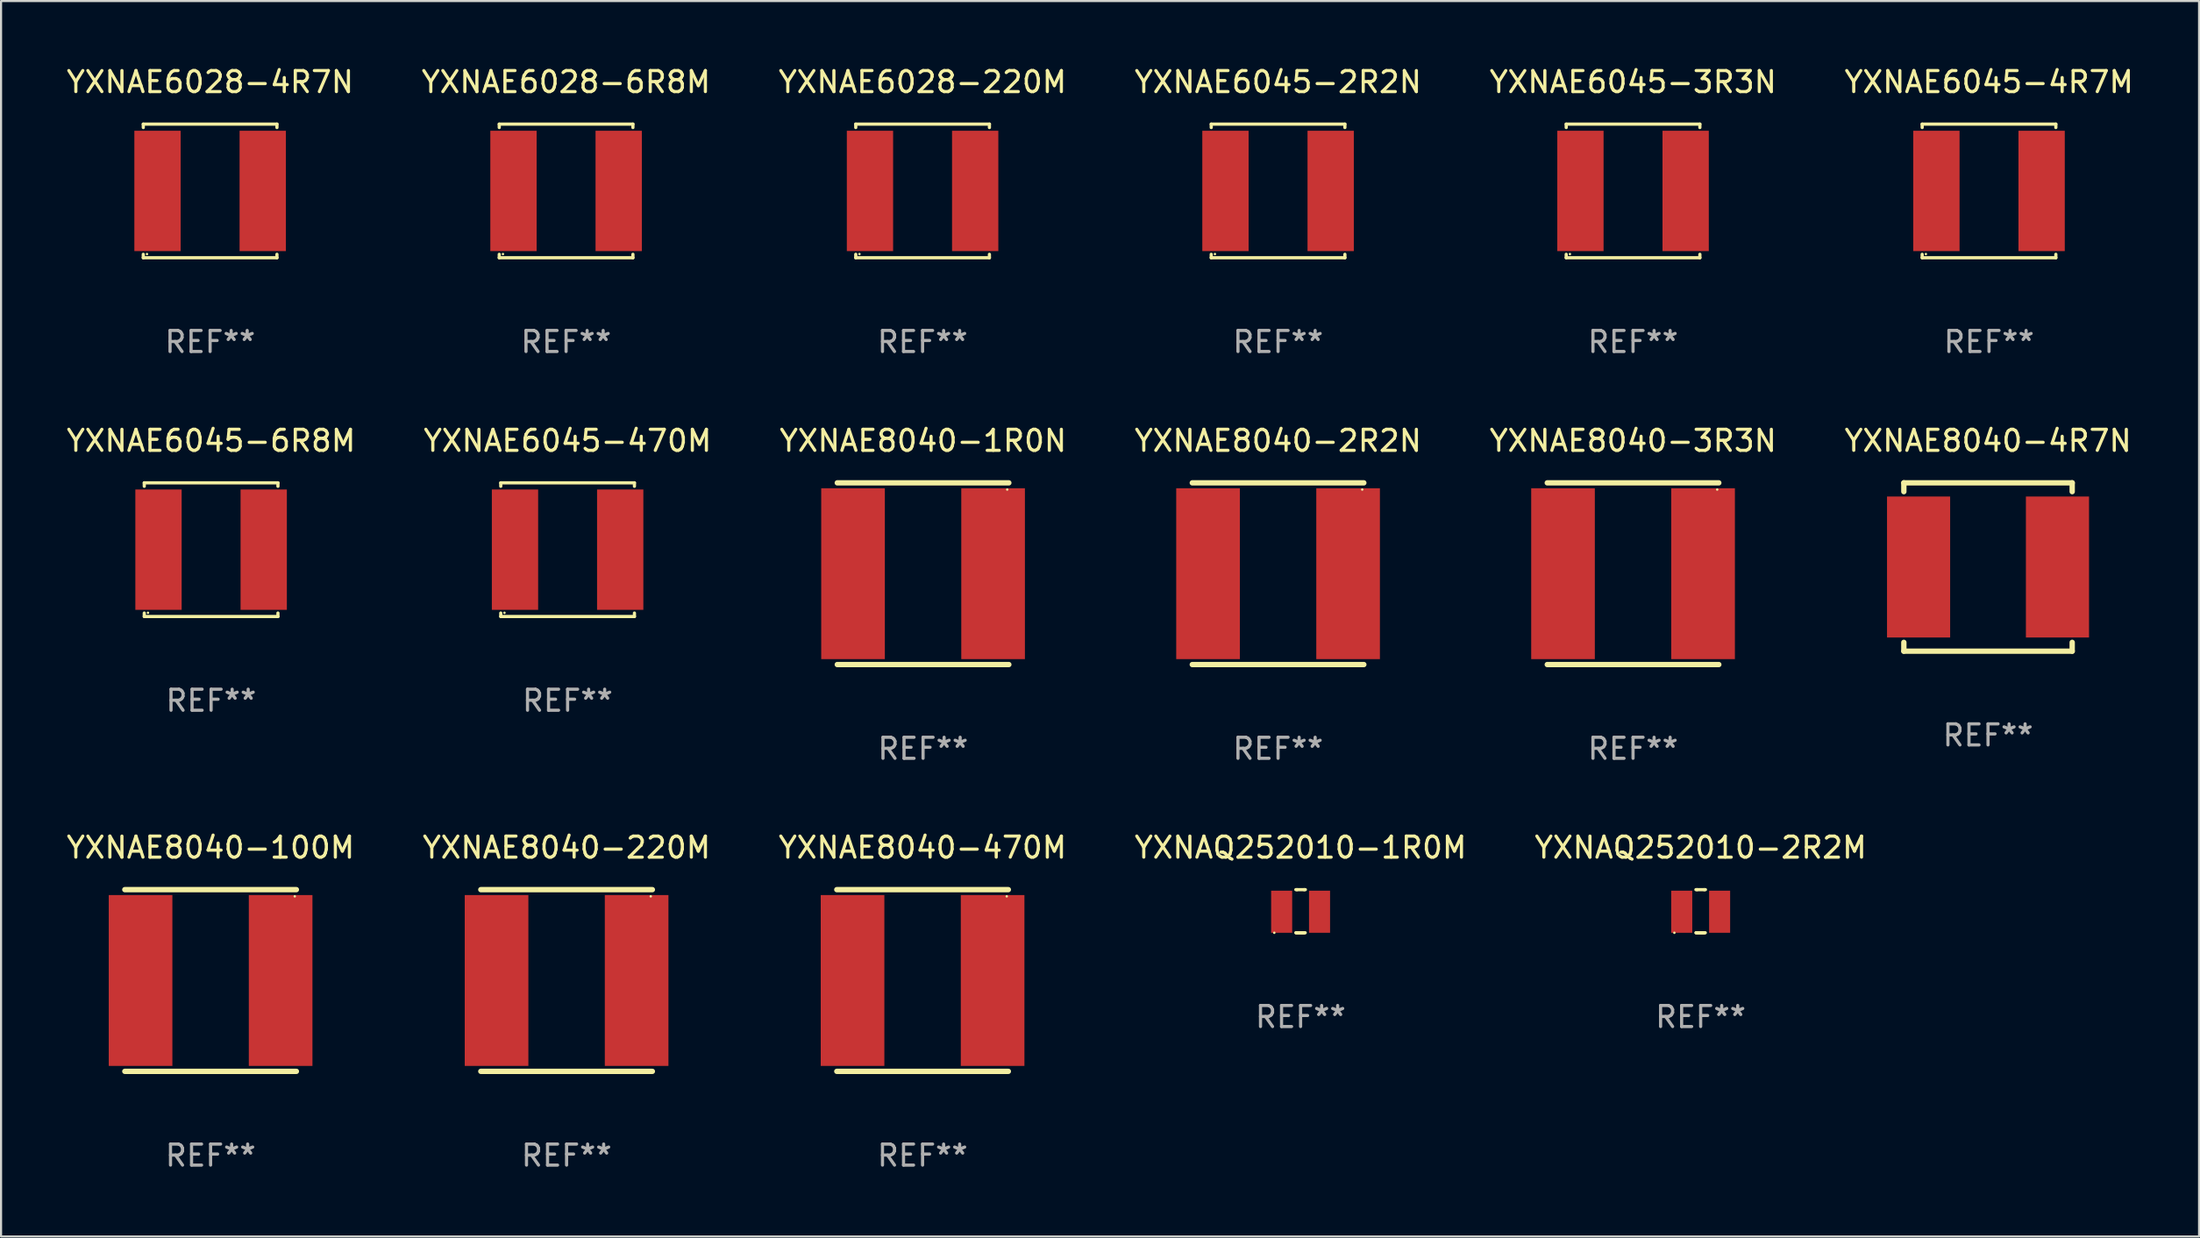
<source format=kicad_pcb>
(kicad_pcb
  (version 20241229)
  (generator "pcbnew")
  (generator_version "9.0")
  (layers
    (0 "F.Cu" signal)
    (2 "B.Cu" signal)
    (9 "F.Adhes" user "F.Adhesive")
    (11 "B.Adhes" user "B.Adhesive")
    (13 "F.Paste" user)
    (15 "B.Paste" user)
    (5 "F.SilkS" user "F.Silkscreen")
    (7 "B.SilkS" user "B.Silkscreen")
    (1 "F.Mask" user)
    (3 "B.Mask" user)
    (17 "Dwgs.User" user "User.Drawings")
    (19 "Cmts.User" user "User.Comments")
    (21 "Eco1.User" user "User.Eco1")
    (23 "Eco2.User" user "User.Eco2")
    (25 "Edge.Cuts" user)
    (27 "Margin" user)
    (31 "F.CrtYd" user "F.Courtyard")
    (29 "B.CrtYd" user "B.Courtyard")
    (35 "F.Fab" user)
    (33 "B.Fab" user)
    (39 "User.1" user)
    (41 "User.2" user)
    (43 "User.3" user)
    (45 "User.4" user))
  (footprint "YXNAE8040-2R2N"
    (layer "F.Cu")
    (at 57.685 24.215)
    (property "Reference" "YXNAE8040-2R2N" (at 0 -6.318 0) (layer "F.SilkS") (effects (font (size 1 1) (thickness 0.15))))
    (attr through_hole)
    (fp_line (start -4.076 -4.318) (end 4.076 -4.318) (stroke (width 0.254) (type solid)) (layer "F.SilkS"))
    (fp_line (start -4.076 4.318) (end 4.076 4.318) (stroke (width 0.254) (type solid)) (layer "F.SilkS"))
    (fp_circle (center 4 -4) (end 4.03 -4) (stroke (width 0.06) (type solid)) (fill no) (layer "F.SilkS"))
    (fp_text user "REF**" (at 0 8.318 0) (layer "F.Fab") (effects (font (size 1 1) (thickness 0.15))))
    (pad "1" smd rect (at 3.328 0) (size 3.024 8.12) (layers "F.Cu" "F.Mask" "F.Paste"))
    (pad "2" smd rect (at -3.328 0) (size 3.024 8.12) (layers "F.Cu" "F.Mask" "F.Paste")))
  (footprint "YXNAE8040-220M"
    (layer "F.Cu")
    (at 23.875 43.548)
    (property "Reference" "YXNAE8040-220M" (at 0 -6.318 0) (layer "F.SilkS") (effects (font (size 1 1) (thickness 0.15))))
    (attr through_hole)
    (fp_line (start -4.076 -4.318) (end 4.076 -4.318) (stroke (width 0.254) (type solid)) (layer "F.SilkS"))
    (fp_line (start -4.076 4.318) (end 4.076 4.318) (stroke (width 0.254) (type solid)) (layer "F.SilkS"))
    (fp_circle (center 4 -4) (end 4.03 -4) (stroke (width 0.06) (type solid)) (fill no) (layer "F.SilkS"))
    (fp_text user "REF**" (at 0 8.318 0) (layer "F.Fab") (effects (font (size 1 1) (thickness 0.15))))
    (pad "1" smd rect (at 3.328 0) (size 3.024 8.12) (layers "F.Cu" "F.Mask" "F.Paste"))
    (pad "2" smd rect (at -3.328 0) (size 3.024 8.12) (layers "F.Cu" "F.Mask" "F.Paste")))
  (footprint "YXNAE6028-6R8M"
    (layer "F.Cu")
    (at 23.851 6.024)
    (property "Reference" "YXNAE6028-6R8M" (at 0 -5.176 0) (layer "F.SilkS") (effects (font (size 1 1) (thickness 0.15))))
    (attr through_hole)
    (fp_line (start -3.176 -3.176) (end 3.176 -3.176) (stroke (width 0.152) (type solid)) (layer "F.SilkS"))
    (fp_line (start -3.176 -3.012) (end -3.176 -3.176) (stroke (width 0.152) (type solid)) (layer "F.SilkS"))
    (fp_line (start -3.176 3.012) (end -3.176 3.176) (stroke (width 0.152) (type solid)) (layer "F.SilkS"))
    (fp_line (start -3.176 3.176) (end 3.176 3.176) (stroke (width 0.152) (type solid)) (layer "F.SilkS"))
    (fp_line (start 3.176 -3.176) (end 3.176 -3.012) (stroke (width 0.152) (type solid)) (layer "F.SilkS"))
    (fp_line (start 3.176 3.176) (end 3.176 3.012) (stroke (width 0.152) (type solid)) (layer "F.SilkS"))
    (fp_circle (center -3 3) (end -2.97 3) (stroke (width 0.06) (type solid)) (fill no) (layer "F.SilkS"))
    (fp_text user "REF**" (at 0 7.176 0) (layer "F.Fab") (effects (font (size 1 1) (thickness 0.15))))
    (pad "1" smd rect (at -2.5 0) (size 2.2 5.72) (layers "F.Cu" "F.Mask" "F.Paste"))
    (pad "2" smd rect (at 2.5 0) (size 2.2 5.72) (layers "F.Cu" "F.Mask" "F.Paste")))
  (footprint "YXNAE8040-100M"
    (layer "F.Cu")
    (at 6.958 43.548)
    (property "Reference" "YXNAE8040-100M" (at 0 -6.318 0) (layer "F.SilkS") (effects (font (size 1 1) (thickness 0.15))))
    (attr through_hole)
    (fp_line (start -4.076 -4.318) (end 4.076 -4.318) (stroke (width 0.254) (type solid)) (layer "F.SilkS"))
    (fp_line (start -4.076 4.318) (end 4.076 4.318) (stroke (width 0.254) (type solid)) (layer "F.SilkS"))
    (fp_circle (center 4 -4) (end 4.03 -4) (stroke (width 0.06) (type solid)) (fill no) (layer "F.SilkS"))
    (fp_text user "REF**" (at 0 8.318 0) (layer "F.Fab") (effects (font (size 1 1) (thickness 0.15))))
    (pad "1" smd rect (at 3.328 0) (size 3.024 8.12) (layers "F.Cu" "F.Mask" "F.Paste"))
    (pad "2" smd rect (at -3.328 0) (size 3.024 8.12) (layers "F.Cu" "F.Mask" "F.Paste")))
  (footprint "YXNAE6045-3R3N"
    (layer "F.Cu")
    (at 74.554 6.024)
    (property "Reference" "YXNAE6045-3R3N" (at 0 -5.176 0) (layer "F.SilkS") (effects (font (size 1 1) (thickness 0.15))))
    (attr through_hole)
    (fp_line (start -3.176 -3.176) (end 3.176 -3.176) (stroke (width 0.152) (type solid)) (layer "F.SilkS"))
    (fp_line (start -3.176 -3.012) (end -3.176 -3.176) (stroke (width 0.152) (type solid)) (layer "F.SilkS"))
    (fp_line (start -3.176 3.012) (end -3.176 3.176) (stroke (width 0.152) (type solid)) (layer "F.SilkS"))
    (fp_line (start -3.176 3.176) (end 3.176 3.176) (stroke (width 0.152) (type solid)) (layer "F.SilkS"))
    (fp_line (start 3.176 -3.176) (end 3.176 -3.012) (stroke (width 0.152) (type solid)) (layer "F.SilkS"))
    (fp_line (start 3.176 3.176) (end 3.176 3.012) (stroke (width 0.152) (type solid)) (layer "F.SilkS"))
    (fp_circle (center -3 3) (end -2.97 3) (stroke (width 0.06) (type solid)) (fill no) (layer "F.SilkS"))
    (fp_text user "REF**" (at 0 7.176 0) (layer "F.Fab") (effects (font (size 1 1) (thickness 0.15))))
    (pad "1" smd rect (at -2.5 0) (size 2.2 5.72) (layers "F.Cu" "F.Mask" "F.Paste"))
    (pad "2" smd rect (at 2.5 0) (size 2.2 5.72) (layers "F.Cu" "F.Mask" "F.Paste")))
  (footprint "YXNAE8040-3R3N"
    (layer "F.Cu")
    (at 74.554 24.215)
    (property "Reference" "YXNAE8040-3R3N" (at 0 -6.318 0) (layer "F.SilkS") (effects (font (size 1 1) (thickness 0.15))))
    (attr through_hole)
    (fp_line (start -4.076 -4.318) (end 4.076 -4.318) (stroke (width 0.254) (type solid)) (layer "F.SilkS"))
    (fp_line (start -4.076 4.318) (end 4.076 4.318) (stroke (width 0.254) (type solid)) (layer "F.SilkS"))
    (fp_circle (center 4 -4) (end 4.03 -4) (stroke (width 0.06) (type solid)) (fill no) (layer "F.SilkS"))
    (fp_text user "REF**" (at 0 8.318 0) (layer "F.Fab") (effects (font (size 1 1) (thickness 0.15))))
    (pad "1" smd rect (at 3.328 0) (size 3.024 8.12) (layers "F.Cu" "F.Mask" "F.Paste"))
    (pad "2" smd rect (at -3.328 0) (size 3.024 8.12) (layers "F.Cu" "F.Mask" "F.Paste")))
  (footprint "YXNAE8040-1R0N"
    (layer "F.Cu")
    (at 40.815 24.215)
    (property "Reference" "YXNAE8040-1R0N" (at 0 -6.318 0) (layer "F.SilkS") (effects (font (size 1 1) (thickness 0.15))))
    (attr through_hole)
    (fp_line (start -4.076 -4.318) (end 4.076 -4.318) (stroke (width 0.254) (type solid)) (layer "F.SilkS"))
    (fp_line (start -4.076 4.318) (end 4.076 4.318) (stroke (width 0.254) (type solid)) (layer "F.SilkS"))
    (fp_circle (center 4 -4) (end 4.03 -4) (stroke (width 0.06) (type solid)) (fill no) (layer "F.SilkS"))
    (fp_text user "REF**" (at 0 8.318 0) (layer "F.Fab") (effects (font (size 1 1) (thickness 0.15))))
    (pad "1" smd rect (at 3.328 0) (size 3.024 8.12) (layers "F.Cu" "F.Mask" "F.Paste"))
    (pad "2" smd rect (at -3.328 0) (size 3.024 8.12) (layers "F.Cu" "F.Mask" "F.Paste")))
  (footprint "YXNAE6028-4R7N"
    (layer "F.Cu")
    (at 6.935 6.024)
    (property "Reference" "YXNAE6028-4R7N" (at 0 -5.176 0) (layer "F.SilkS") (effects (font (size 1 1) (thickness 0.15))))
    (attr through_hole)
    (fp_line (start -3.176 -3.176) (end 3.176 -3.176) (stroke (width 0.152) (type solid)) (layer "F.SilkS"))
    (fp_line (start -3.176 -3.012) (end -3.176 -3.176) (stroke (width 0.152) (type solid)) (layer "F.SilkS"))
    (fp_line (start -3.176 3.012) (end -3.176 3.176) (stroke (width 0.152) (type solid)) (layer "F.SilkS"))
    (fp_line (start -3.176 3.176) (end 3.176 3.176) (stroke (width 0.152) (type solid)) (layer "F.SilkS"))
    (fp_line (start 3.176 -3.176) (end 3.176 -3.012) (stroke (width 0.152) (type solid)) (layer "F.SilkS"))
    (fp_line (start 3.176 3.176) (end 3.176 3.012) (stroke (width 0.152) (type solid)) (layer "F.SilkS"))
    (fp_circle (center -3 3) (end -2.97 3) (stroke (width 0.06) (type solid)) (fill no) (layer "F.SilkS"))
    (fp_text user "REF**" (at 0 7.176 0) (layer "F.Fab") (effects (font (size 1 1) (thickness 0.15))))
    (pad "1" smd rect (at -2.5 0) (size 2.2 5.72) (layers "F.Cu" "F.Mask" "F.Paste"))
    (pad "2" smd rect (at 2.5 0) (size 2.2 5.72) (layers "F.Cu" "F.Mask" "F.Paste")))
  (footprint "YXNAE8040-4R7N"
    (layer "F.Cu")
    (at 91.423 23.897)
    (property "Reference" "YXNAE8040-4R7N" (at 0 -6 0) (layer "F.SilkS") (effects (font (size 1 1) (thickness 0.15))))
    (attr through_hole)
    (fp_line (start -4 -4) (end 4 -4) (stroke (width 0.254) (type solid)) (layer "F.SilkS"))
    (fp_line (start -4 -3.581) (end -4 -4) (stroke (width 0.254) (type solid)) (layer "F.SilkS"))
    (fp_line (start -4 4) (end -4 3.581) (stroke (width 0.254) (type solid)) (layer "F.SilkS"))
    (fp_line (start 4 -4) (end 4 -3.581) (stroke (width 0.254) (type solid)) (layer "F.SilkS"))
    (fp_line (start 4 3.581) (end 4 4) (stroke (width 0.254) (type solid)) (layer "F.SilkS"))
    (fp_line (start 4 4) (end -4 4) (stroke (width 0.254) (type solid)) (layer "F.SilkS"))
    (fp_circle (center -4 4) (end -3.97 4) (stroke (width 0.06) (type solid)) (fill no) (layer "F.SilkS"))
    (fp_text user "REF**" (at 0 8 0) (layer "F.Fab") (effects (font (size 1 1) (thickness 0.15))))
    (pad "1" smd rect (at -3.3 0) (size 3 6.7) (layers "F.Cu" "F.Mask" "F.Paste"))
    (pad "2" smd rect (at 3.3 0) (size 3 6.7) (layers "F.Cu" "F.Mask" "F.Paste")))
  (footprint "YXNAE6045-6R8M"
    (layer "F.Cu")
    (at 6.982 23.073)
    (property "Reference" "YXNAE6045-6R8M" (at 0 -5.176 0) (layer "F.SilkS") (effects (font (size 1 1) (thickness 0.15))))
    (attr through_hole)
    (fp_line (start -3.176 -3.176) (end 3.176 -3.176) (stroke (width 0.152) (type solid)) (layer "F.SilkS"))
    (fp_line (start -3.176 -3.012) (end -3.176 -3.176) (stroke (width 0.152) (type solid)) (layer "F.SilkS"))
    (fp_line (start -3.176 3.012) (end -3.176 3.176) (stroke (width 0.152) (type solid)) (layer "F.SilkS"))
    (fp_line (start -3.176 3.176) (end 3.176 3.176) (stroke (width 0.152) (type solid)) (layer "F.SilkS"))
    (fp_line (start 3.176 -3.176) (end 3.176 -3.012) (stroke (width 0.152) (type solid)) (layer "F.SilkS"))
    (fp_line (start 3.176 3.176) (end 3.176 3.012) (stroke (width 0.152) (type solid)) (layer "F.SilkS"))
    (fp_circle (center -3 3) (end -2.97 3) (stroke (width 0.06) (type solid)) (fill no) (layer "F.SilkS"))
    (fp_text user "REF**" (at 0 7.176 0) (layer "F.Fab") (effects (font (size 1 1) (thickness 0.15))))
    (pad "1" smd rect (at -2.5 0) (size 2.2 5.72) (layers "F.Cu" "F.Mask" "F.Paste"))
    (pad "2" smd rect (at 2.5 0) (size 2.2 5.72) (layers "F.Cu" "F.Mask" "F.Paste")))
  (footprint "YXNAQ252010-1R0M"
    (layer "F.Cu")
    (at 58.756 40.255)
    (property "Reference" "YXNAQ252010-1R0M" (at 0 -3.025 0) (layer "F.SilkS") (effects (font (size 1 1) (thickness 0.15))))
    (attr through_hole)
    (fp_line (start -0.22 1.025) (end 0.22 1.025) (stroke (width 0.152) (type solid)) (layer "F.SilkS"))
    (fp_line (start -0.174 -1.025) (end -0.227 -1.025) (stroke (width 0.152) (type solid)) (layer "F.SilkS"))
    (fp_line (start -0.174 -1.025) (end 0.174 -1.025) (stroke (width 0.152) (type solid)) (layer "F.SilkS"))
    (fp_line (start -0.169 1.025) (end 0.169 1.025) (stroke (width 0.152) (type solid)) (layer "F.SilkS"))
    (fp_line (start 0.169 1.025) (end -0.22 1.025) (stroke (width 0.152) (type solid)) (layer "F.SilkS"))
    (fp_line (start 0.174 -1.025) (end 0.227 -1.025) (stroke (width 0.152) (type solid)) (layer "F.SilkS"))
    (fp_circle (center -1.25 1.025) (end -1.22 1.025) (stroke (width 0.06) (type solid)) (fill no) (layer "F.SilkS"))
    (fp_text user "REF**" (at 0 5.025 0) (layer "F.Fab") (effects (font (size 1 1) (thickness 0.15))))
    (pad "1" smd rect (at -0.9 0.025 180) (size 1 2) (layers "F.Cu" "F.Mask" "F.Paste"))
    (pad "2" smd rect (at 0.9 0.025 180) (size 1 2) (layers "F.Cu" "F.Mask" "F.Paste")))
  (footprint "YXNAE8040-470M"
    (layer "F.Cu")
    (at 40.792 43.548)
    (property "Reference" "YXNAE8040-470M" (at 0 -6.318 0) (layer "F.SilkS") (effects (font (size 1 1) (thickness 0.15))))
    (attr through_hole)
    (fp_line (start -4.076 -4.318) (end 4.076 -4.318) (stroke (width 0.254) (type solid)) (layer "F.SilkS"))
    (fp_line (start -4.076 4.318) (end 4.076 4.318) (stroke (width 0.254) (type solid)) (layer "F.SilkS"))
    (fp_circle (center 4 -4) (end 4.03 -4) (stroke (width 0.06) (type solid)) (fill no) (layer "F.SilkS"))
    (fp_text user "REF**" (at 0 8.318 0) (layer "F.Fab") (effects (font (size 1 1) (thickness 0.15))))
    (pad "1" smd rect (at 3.328 0) (size 3.024 8.12) (layers "F.Cu" "F.Mask" "F.Paste"))
    (pad "2" smd rect (at -3.328 0) (size 3.024 8.12) (layers "F.Cu" "F.Mask" "F.Paste")))
  (footprint "YXNAE6028-220M"
    (layer "F.Cu")
    (at 40.792 6.024)
    (property "Reference" "YXNAE6028-220M" (at 0 -5.176 0) (layer "F.SilkS") (effects (font (size 1 1) (thickness 0.15))))
    (attr through_hole)
    (fp_line (start -3.176 -3.176) (end 3.176 -3.176) (stroke (width 0.152) (type solid)) (layer "F.SilkS"))
    (fp_line (start -3.176 -3.012) (end -3.176 -3.176) (stroke (width 0.152) (type solid)) (layer "F.SilkS"))
    (fp_line (start -3.176 3.012) (end -3.176 3.176) (stroke (width 0.152) (type solid)) (layer "F.SilkS"))
    (fp_line (start -3.176 3.176) (end 3.176 3.176) (stroke (width 0.152) (type solid)) (layer "F.SilkS"))
    (fp_line (start 3.176 -3.176) (end 3.176 -3.012) (stroke (width 0.152) (type solid)) (layer "F.SilkS"))
    (fp_line (start 3.176 3.176) (end 3.176 3.012) (stroke (width 0.152) (type solid)) (layer "F.SilkS"))
    (fp_circle (center -3 3) (end -2.97 3) (stroke (width 0.06) (type solid)) (fill no) (layer "F.SilkS"))
    (fp_text user "REF**" (at 0 7.176 0) (layer "F.Fab") (effects (font (size 1 1) (thickness 0.15))))
    (pad "1" smd rect (at -2.5 0) (size 2.2 5.72) (layers "F.Cu" "F.Mask" "F.Paste"))
    (pad "2" smd rect (at 2.5 0) (size 2.2 5.72) (layers "F.Cu" "F.Mask" "F.Paste")))
  (footprint "YXNAE6045-2R2N"
    (layer "F.Cu")
    (at 57.685 6.024)
    (property "Reference" "YXNAE6045-2R2N" (at 0 -5.176 0) (layer "F.SilkS") (effects (font (size 1 1) (thickness 0.15))))
    (attr through_hole)
    (fp_line (start -3.176 -3.176) (end 3.176 -3.176) (stroke (width 0.152) (type solid)) (layer "F.SilkS"))
    (fp_line (start -3.176 -3.012) (end -3.176 -3.176) (stroke (width 0.152) (type solid)) (layer "F.SilkS"))
    (fp_line (start -3.176 3.012) (end -3.176 3.176) (stroke (width 0.152) (type solid)) (layer "F.SilkS"))
    (fp_line (start -3.176 3.176) (end 3.176 3.176) (stroke (width 0.152) (type solid)) (layer "F.SilkS"))
    (fp_line (start 3.176 -3.176) (end 3.176 -3.012) (stroke (width 0.152) (type solid)) (layer "F.SilkS"))
    (fp_line (start 3.176 3.176) (end 3.176 3.012) (stroke (width 0.152) (type solid)) (layer "F.SilkS"))
    (fp_circle (center -3 3) (end -2.97 3) (stroke (width 0.06) (type solid)) (fill no) (layer "F.SilkS"))
    (fp_text user "REF**" (at 0 7.176 0) (layer "F.Fab") (effects (font (size 1 1) (thickness 0.15))))
    (pad "1" smd rect (at -2.5 0) (size 2.2 5.72) (layers "F.Cu" "F.Mask" "F.Paste"))
    (pad "2" smd rect (at 2.5 0) (size 2.2 5.72) (layers "F.Cu" "F.Mask" "F.Paste")))
  (footprint "YXNAE6045-470M"
    (layer "F.Cu")
    (at 23.923 23.073)
    (property "Reference" "YXNAE6045-470M" (at 0 -5.176 0) (layer "F.SilkS") (effects (font (size 1 1) (thickness 0.15))))
    (attr through_hole)
    (fp_line (start -3.176 -3.176) (end 3.176 -3.176) (stroke (width 0.152) (type solid)) (layer "F.SilkS"))
    (fp_line (start -3.176 -3.012) (end -3.176 -3.176) (stroke (width 0.152) (type solid)) (layer "F.SilkS"))
    (fp_line (start -3.176 3.012) (end -3.176 3.176) (stroke (width 0.152) (type solid)) (layer "F.SilkS"))
    (fp_line (start -3.176 3.176) (end 3.176 3.176) (stroke (width 0.152) (type solid)) (layer "F.SilkS"))
    (fp_line (start 3.176 -3.176) (end 3.176 -3.012) (stroke (width 0.152) (type solid)) (layer "F.SilkS"))
    (fp_line (start 3.176 3.176) (end 3.176 3.012) (stroke (width 0.152) (type solid)) (layer "F.SilkS"))
    (fp_circle (center -3 3) (end -2.97 3) (stroke (width 0.06) (type solid)) (fill no) (layer "F.SilkS"))
    (fp_text user "REF**" (at 0 7.176 0) (layer "F.Fab") (effects (font (size 1 1) (thickness 0.15))))
    (pad "1" smd rect (at -2.5 0) (size 2.2 5.72) (layers "F.Cu" "F.Mask" "F.Paste"))
    (pad "2" smd rect (at 2.5 0) (size 2.2 5.72) (layers "F.Cu" "F.Mask" "F.Paste")))
  (footprint "YXNAQ252010-2R2M"
    (layer "F.Cu")
    (at 77.768 40.255)
    (property "Reference" "YXNAQ252010-2R2M" (at 0 -3.025 0) (layer "F.SilkS") (effects (font (size 1 1) (thickness 0.15))))
    (attr through_hole)
    (fp_line (start -0.22 1.025) (end 0.22 1.025) (stroke (width 0.152) (type solid)) (layer "F.SilkS"))
    (fp_line (start -0.174 -1.025) (end -0.227 -1.025) (stroke (width 0.152) (type solid)) (layer "F.SilkS"))
    (fp_line (start -0.174 -1.025) (end 0.174 -1.025) (stroke (width 0.152) (type solid)) (layer "F.SilkS"))
    (fp_line (start -0.169 1.025) (end 0.169 1.025) (stroke (width 0.152) (type solid)) (layer "F.SilkS"))
    (fp_line (start 0.169 1.025) (end -0.22 1.025) (stroke (width 0.152) (type solid)) (layer "F.SilkS"))
    (fp_line (start 0.174 -1.025) (end 0.227 -1.025) (stroke (width 0.152) (type solid)) (layer "F.SilkS"))
    (fp_circle (center -1.25 1.025) (end -1.22 1.025) (stroke (width 0.06) (type solid)) (fill no) (layer "F.SilkS"))
    (fp_text user "REF**" (at 0 5.025 0) (layer "F.Fab") (effects (font (size 1 1) (thickness 0.15))))
    (pad "1" smd rect (at -0.9 0.025 180) (size 1 2) (layers "F.Cu" "F.Mask" "F.Paste"))
    (pad "2" smd rect (at 0.9 0.025 180) (size 1 2) (layers "F.Cu" "F.Mask" "F.Paste")))
  (footprint "YXNAE6045-4R7M"
    (layer "F.Cu")
    (at 91.47 6.024)
    (property "Reference" "YXNAE6045-4R7M" (at 0 -5.176 0) (layer "F.SilkS") (effects (font (size 1 1) (thickness 0.15))))
    (attr through_hole)
    (fp_line (start -3.176 -3.176) (end 3.176 -3.176) (stroke (width 0.152) (type solid)) (layer "F.SilkS"))
    (fp_line (start -3.176 -3.012) (end -3.176 -3.176) (stroke (width 0.152) (type solid)) (layer "F.SilkS"))
    (fp_line (start -3.176 3.012) (end -3.176 3.176) (stroke (width 0.152) (type solid)) (layer "F.SilkS"))
    (fp_line (start -3.176 3.176) (end 3.176 3.176) (stroke (width 0.152) (type solid)) (layer "F.SilkS"))
    (fp_line (start 3.176 -3.176) (end 3.176 -3.012) (stroke (width 0.152) (type solid)) (layer "F.SilkS"))
    (fp_line (start 3.176 3.176) (end 3.176 3.012) (stroke (width 0.152) (type solid)) (layer "F.SilkS"))
    (fp_circle (center -3 3) (end -2.97 3) (stroke (width 0.06) (type solid)) (fill no) (layer "F.SilkS"))
    (fp_text user "REF**" (at 0 7.176 0) (layer "F.Fab") (effects (font (size 1 1) (thickness 0.15))))
    (pad "1" smd rect (at -2.5 0) (size 2.2 5.72) (layers "F.Cu" "F.Mask" "F.Paste"))
    (pad "2" smd rect (at 2.5 0) (size 2.2 5.72) (layers "F.Cu" "F.Mask" "F.Paste")))
  (gr_rect
    (start -3 -3)
    (end 101.452 55.714)
    (stroke (width 0.1) (type default))
    (fill no)
    (layer "Edge.Cuts")))
</source>
